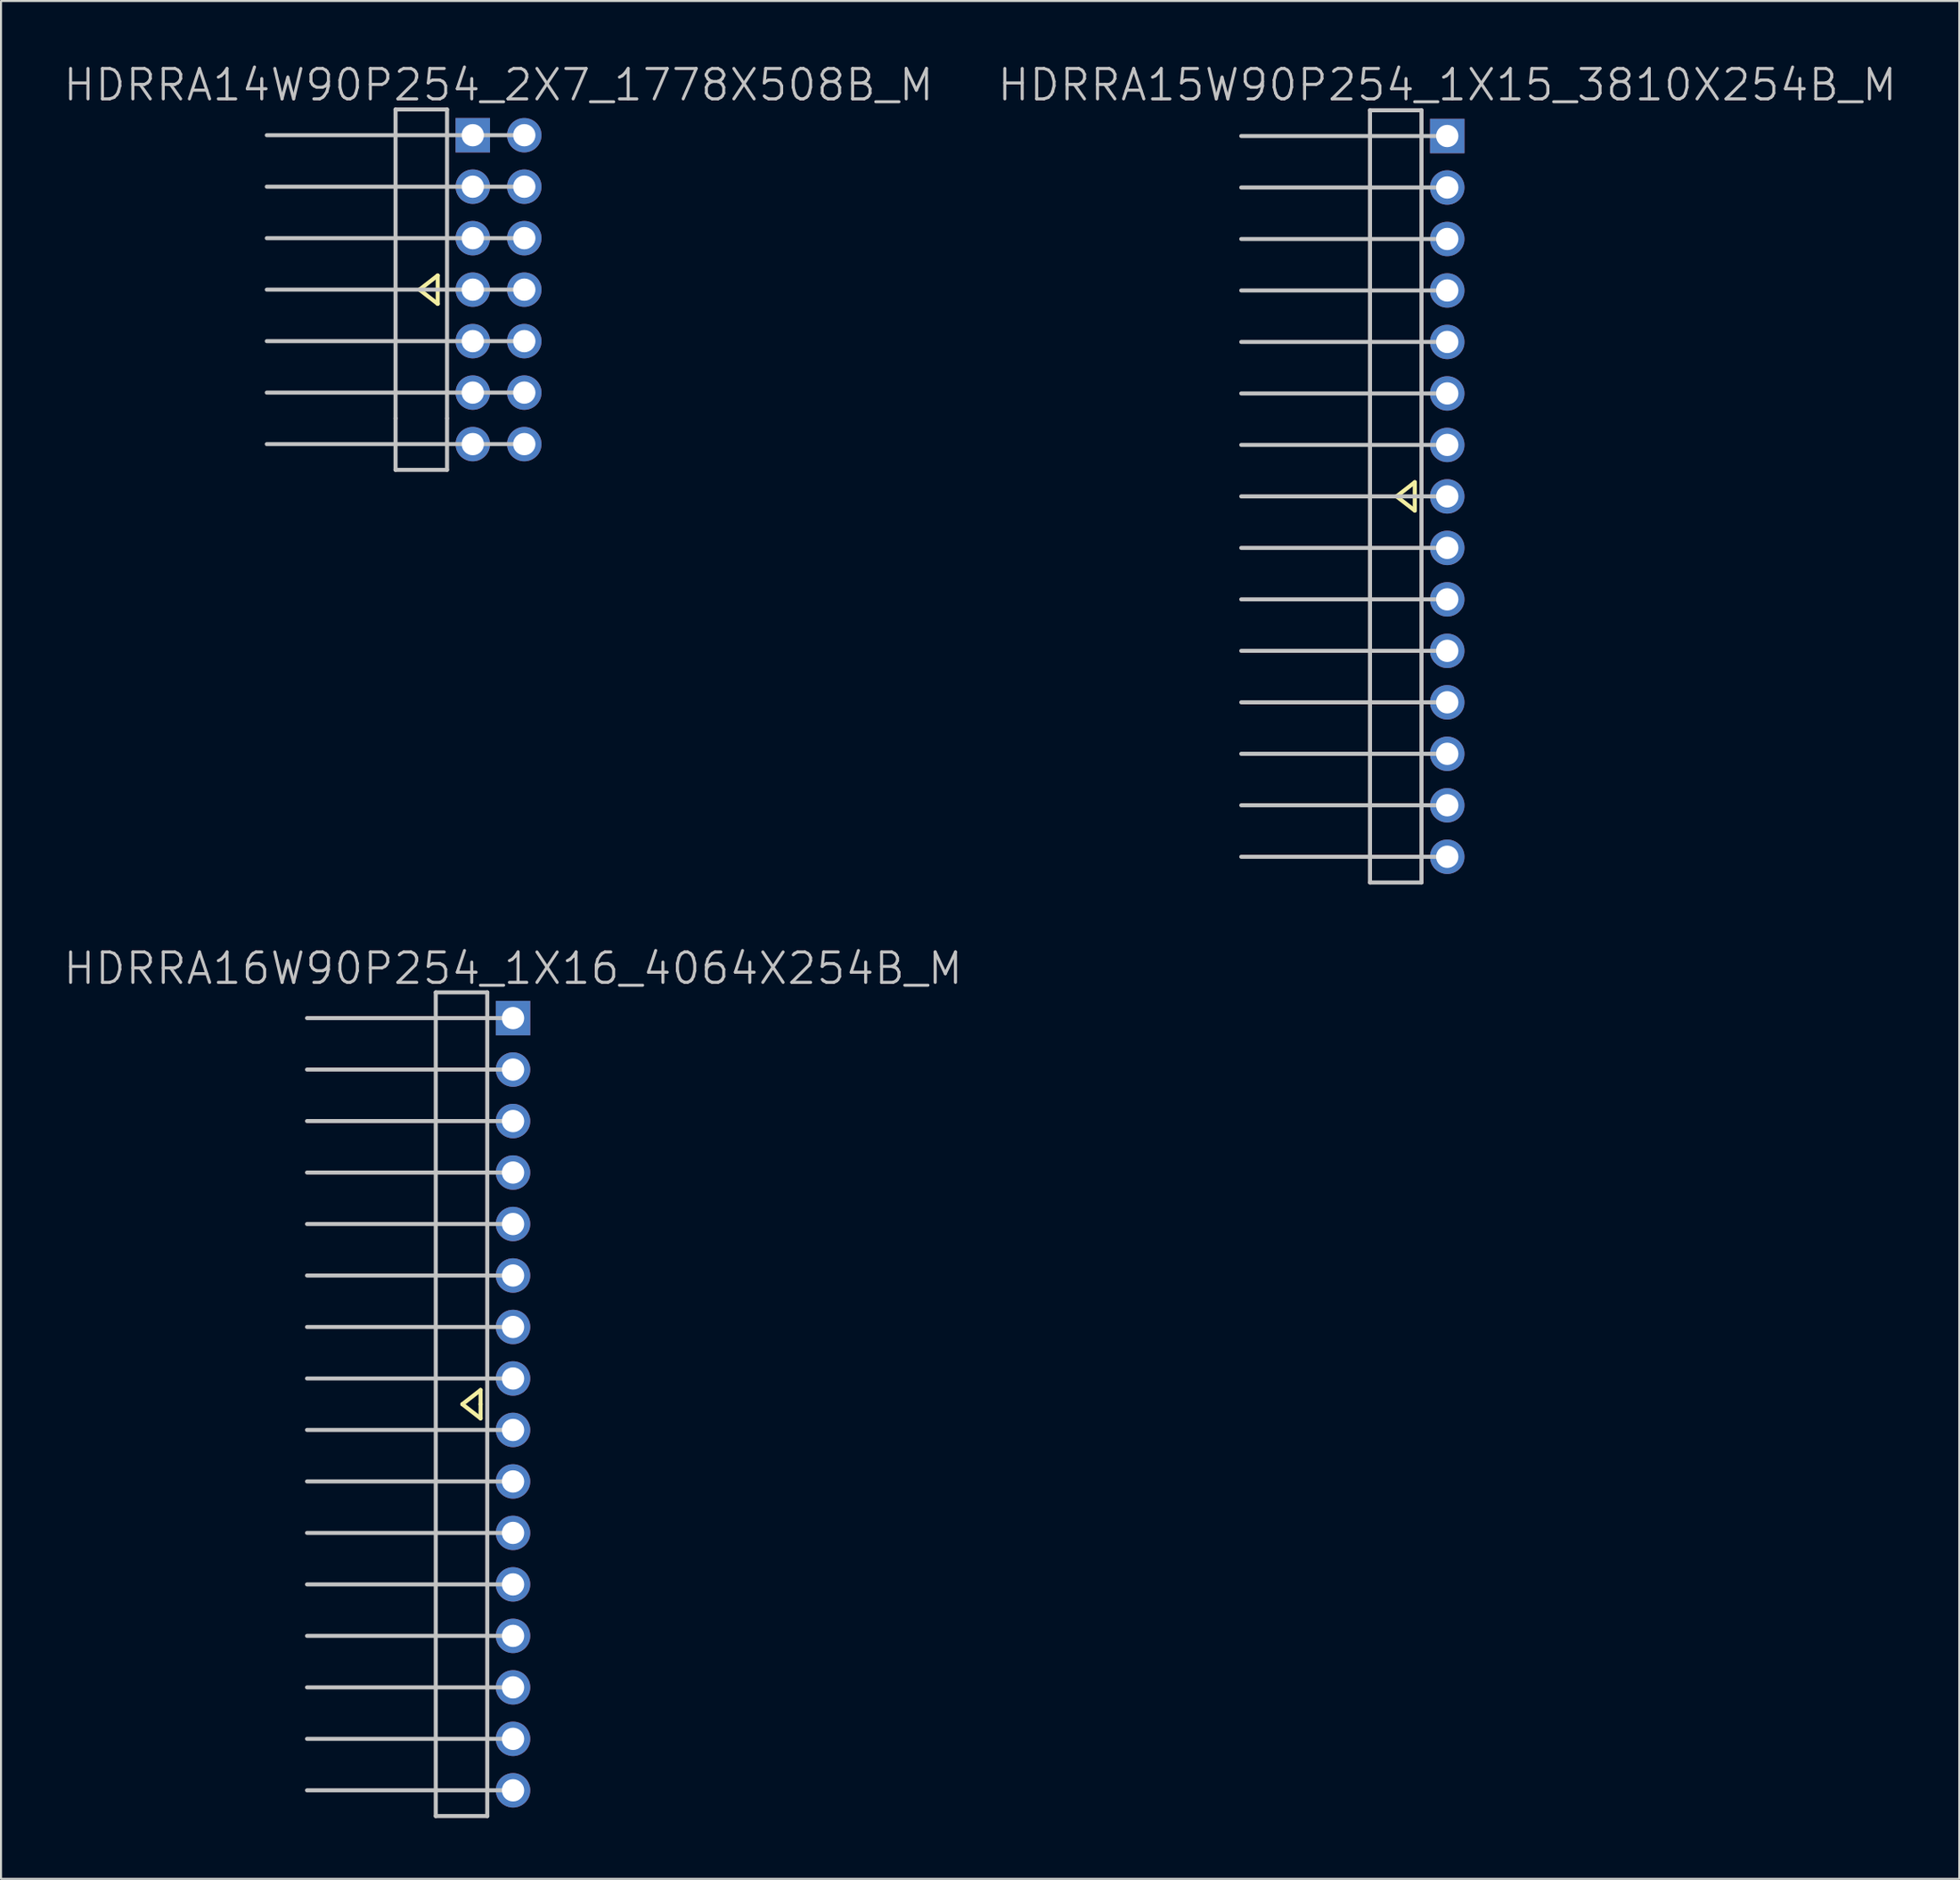
<source format=kicad_pcb>
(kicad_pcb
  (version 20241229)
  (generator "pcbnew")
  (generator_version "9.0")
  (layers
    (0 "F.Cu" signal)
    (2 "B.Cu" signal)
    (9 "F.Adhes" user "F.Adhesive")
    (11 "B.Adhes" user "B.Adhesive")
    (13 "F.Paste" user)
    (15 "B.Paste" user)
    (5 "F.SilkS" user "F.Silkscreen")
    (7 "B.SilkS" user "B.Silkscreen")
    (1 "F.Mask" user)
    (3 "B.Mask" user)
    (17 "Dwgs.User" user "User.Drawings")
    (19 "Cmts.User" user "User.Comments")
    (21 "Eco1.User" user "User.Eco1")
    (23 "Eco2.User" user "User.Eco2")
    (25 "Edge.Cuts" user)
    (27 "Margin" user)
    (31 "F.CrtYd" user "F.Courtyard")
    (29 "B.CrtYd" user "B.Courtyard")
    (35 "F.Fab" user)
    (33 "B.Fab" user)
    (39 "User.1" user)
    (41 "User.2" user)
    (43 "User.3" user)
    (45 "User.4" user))
  (footprint "HDRRA15W90P254_1X15_3810X254B_M"
    (layer "F.Cu")
    (at 68.332 21.441)
    (property "Reference" "HDRRA15W90P254_1X15_3810X254B_M" (at 0 -20.3 180) (layer "Dwgs.User") (effects (font (size 1.5 1.5) (thickness 0.15))))
    (attr through_hole)
    (fp_line (start -2.5 0) (end -1.6 0.7) (stroke (width 0.2) (type solid)) (layer "F.SilkS"))
    (fp_line (start -1.6 -0.7) (end -2.5 0) (stroke (width 0.2) (type solid)) (layer "F.SilkS"))
    (fp_line (start -1.6 0) (end -1.6 -0.7) (stroke (width 0.2) (type solid)) (layer "F.SilkS"))
    (fp_line (start -1.6 0.7) (end -1.6 0) (stroke (width 0.2) (type solid)) (layer "F.SilkS"))
    (fp_line (start -10.16 -12.7) (end 0 -12.7) (stroke (width 0.2) (type solid)) (layer "Dwgs.User"))
    (fp_line (start -10.16 12.7) (end 0 12.7) (stroke (width 0.2) (type solid)) (layer "Dwgs.User"))
    (fp_line (start -3.81 -19.05) (end -1.27 -19.05) (stroke (width 0.2) (type solid)) (layer "Dwgs.User"))
    (fp_line (start -3.81 19.05) (end -3.81 -19.05) (stroke (width 0.2) (type solid)) (layer "Dwgs.User"))
    (fp_line (start -1.27 -19.05) (end -1.27 19.05) (stroke (width 0.2) (type solid)) (layer "Dwgs.User"))
    (fp_line (start -1.27 19.05) (end -3.81 19.05) (stroke (width 0.2) (type solid)) (layer "Dwgs.User"))
    (fp_line (start 0 -17.78) (end -10.16 -17.78) (stroke (width 0.2) (type solid)) (layer "Dwgs.User"))
    (fp_line (start 0 -15.24) (end -10.16 -15.24) (stroke (width 0.2) (type solid)) (layer "Dwgs.User"))
    (fp_line (start 0 -10.16) (end -10.16 -10.16) (stroke (width 0.2) (type solid)) (layer "Dwgs.User"))
    (fp_line (start 0 -7.62) (end -10.16 -7.62) (stroke (width 0.2) (type solid)) (layer "Dwgs.User"))
    (fp_line (start 0 -5.08) (end -10.16 -5.08) (stroke (width 0.2) (type solid)) (layer "Dwgs.User"))
    (fp_line (start 0 -2.54) (end -10.16 -2.54) (stroke (width 0.2) (type solid)) (layer "Dwgs.User"))
    (fp_line (start 0 0) (end -10.16 0) (stroke (width 0.2) (type solid)) (layer "Dwgs.User"))
    (fp_line (start 0 2.54) (end -10.16 2.54) (stroke (width 0.2) (type solid)) (layer "Dwgs.User"))
    (fp_line (start 0 5.08) (end -10.16 5.08) (stroke (width 0.2) (type solid)) (layer "Dwgs.User"))
    (fp_line (start 0 7.62) (end -10.16 7.62) (stroke (width 0.2) (type solid)) (layer "Dwgs.User"))
    (fp_line (start 0 10.16) (end -10.16 10.16) (stroke (width 0.2) (type solid)) (layer "Dwgs.User"))
    (fp_line (start 0 15.24) (end -10.16 15.24) (stroke (width 0.2) (type solid)) (layer "Dwgs.User"))
    (fp_line (start 0 17.78) (end -10.16 17.78) (stroke (width 0.2) (type solid)) (layer "Dwgs.User"))
    (pad "1" thru_hole rect (at 0 -17.78) (size 1.7 1.7) (drill 1.1) (layers "*.Cu" "*.Mask"))
    (pad "2" thru_hole circle (at 0 -15.24 270) (size 1.7 1.7) (drill 1.1) (layers "*.Cu" "*.Mask"))
    (pad "3" thru_hole circle (at 0 -12.7 270) (size 1.7 1.7) (drill 1.1) (layers "*.Cu" "*.Mask"))
    (pad "4" thru_hole circle (at 0 -10.16 270) (size 1.7 1.7) (drill 1.1) (layers "*.Cu" "*.Mask"))
    (pad "5" thru_hole circle (at 0 -7.62 270) (size 1.7 1.7) (drill 1.1) (layers "*.Cu" "*.Mask"))
    (pad "6" thru_hole circle (at 0 -5.08 270) (size 1.7 1.7) (drill 1.1) (layers "*.Cu" "*.Mask"))
    (pad "7" thru_hole circle (at 0 -2.54 270) (size 1.7 1.7) (drill 1.1) (layers "*.Cu" "*.Mask"))
    (pad "8" thru_hole circle (at 0 0 270) (size 1.7 1.7) (drill 1.1) (layers "*.Cu" "*.Mask"))
    (pad "9" thru_hole circle (at 0 2.54 270) (size 1.7 1.7) (drill 1.1) (layers "*.Cu" "*.Mask"))
    (pad "10" thru_hole circle (at 0 5.08 270) (size 1.7 1.7) (drill 1.1) (layers "*.Cu" "*.Mask"))
    (pad "11" thru_hole circle (at 0 7.62 270) (size 1.7 1.7) (drill 1.1) (layers "*.Cu" "*.Mask"))
    (pad "12" thru_hole circle (at 0 10.16 270) (size 1.7 1.7) (drill 1.1) (layers "*.Cu" "*.Mask"))
    (pad "13" thru_hole circle (at 0 12.7 270) (size 1.7 1.7) (drill 1.1) (layers "*.Cu" "*.Mask"))
    (pad "14" thru_hole circle (at 0 15.24 270) (size 1.7 1.7) (drill 1.1) (layers "*.Cu" "*.Mask"))
    (pad "15" thru_hole circle (at 0 17.78 270) (size 1.7 1.7) (drill 1.1) (layers "*.Cu" "*.Mask")))
  (footprint "HDRRA14W90P254_2X7_1778X508B_M"
    (layer "F.Cu")
    (at 21.539 11.241)
    (property "Reference" "HDRRA14W90P254_2X7_1778X508B_M" (at 0 -10.1 180) (layer "Dwgs.User") (effects (font (size 1.5 1.5) (thickness 0.15))))
    (attr through_hole)
    (fp_line (start -3.9 0) (end -3 0.7) (stroke (width 0.2) (type solid)) (layer "F.SilkS"))
    (fp_line (start -3 -0.7) (end -3.9 0) (stroke (width 0.2) (type solid)) (layer "F.SilkS"))
    (fp_line (start -3 0) (end -3 -0.7) (stroke (width 0.2) (type solid)) (layer "F.SilkS"))
    (fp_line (start -3 0.7) (end -3 0) (stroke (width 0.2) (type solid)) (layer "F.SilkS"))
    (fp_line (start -11.43 -2.54) (end 1.27 -2.54) (stroke (width 0.2) (type solid)) (layer "Dwgs.User"))
    (fp_line (start -5.08 -8.89) (end -2.54 -8.89) (stroke (width 0.2) (type solid)) (layer "Dwgs.User"))
    (fp_line (start -5.08 6.35) (end -5.08 -8.89) (stroke (width 0.2) (type solid)) (layer "Dwgs.User"))
    (fp_line (start -5.08 8.89) (end -5.08 6.35) (stroke (width 0.2) (type solid)) (layer "Dwgs.User"))
    (fp_line (start -2.54 -8.89) (end -2.54 6.35) (stroke (width 0.2) (type solid)) (layer "Dwgs.User"))
    (fp_line (start -2.54 6.35) (end -2.54 8.89) (stroke (width 0.2) (type solid)) (layer "Dwgs.User"))
    (fp_line (start -2.54 8.89) (end -5.08 8.89) (stroke (width 0.2) (type solid)) (layer "Dwgs.User"))
    (fp_line (start 1.27 -7.62) (end -11.43 -7.62) (stroke (width 0.2) (type solid)) (layer "Dwgs.User"))
    (fp_line (start 1.27 -5.08) (end -11.43 -5.08) (stroke (width 0.2) (type solid)) (layer "Dwgs.User"))
    (fp_line (start 1.27 0) (end -11.43 0) (stroke (width 0.2) (type solid)) (layer "Dwgs.User"))
    (fp_line (start 1.27 2.54) (end -11.43 2.54) (stroke (width 0.2) (type solid)) (layer "Dwgs.User"))
    (fp_line (start 1.27 5.08) (end -11.43 5.08) (stroke (width 0.2) (type solid)) (layer "Dwgs.User"))
    (fp_line (start 1.27 7.62) (end -11.43 7.62) (stroke (width 0.2) (type solid)) (layer "Dwgs.User"))
    (pad "1" thru_hole rect (at -1.27 -7.62) (size 1.7 1.7) (drill 1.1) (layers "*.Cu" "*.Mask"))
    (pad "2" thru_hole circle (at 1.27 -7.62 270) (size 1.7 1.7) (drill 1.1) (layers "*.Cu" "*.Mask"))
    (pad "3" thru_hole circle (at -1.27 -5.08 270) (size 1.7 1.7) (drill 1.1) (layers "*.Cu" "*.Mask"))
    (pad "4" thru_hole circle (at 1.27 -5.08 270) (size 1.7 1.7) (drill 1.1) (layers "*.Cu" "*.Mask"))
    (pad "5" thru_hole circle (at -1.27 -2.54 270) (size 1.7 1.7) (drill 1.1) (layers "*.Cu" "*.Mask"))
    (pad "6" thru_hole circle (at 1.27 -2.54 270) (size 1.7 1.7) (drill 1.1) (layers "*.Cu" "*.Mask"))
    (pad "7" thru_hole circle (at -1.27 0 270) (size 1.7 1.7) (drill 1.1) (layers "*.Cu" "*.Mask"))
    (pad "8" thru_hole circle (at 1.27 0 270) (size 1.7 1.7) (drill 1.1) (layers "*.Cu" "*.Mask"))
    (pad "9" thru_hole circle (at -1.27 2.54 270) (size 1.7 1.7) (drill 1.1) (layers "*.Cu" "*.Mask"))
    (pad "10" thru_hole circle (at 1.27 2.54 270) (size 1.7 1.7) (drill 1.1) (layers "*.Cu" "*.Mask"))
    (pad "11" thru_hole circle (at -1.27 5.08 270) (size 1.7 1.7) (drill 1.1) (layers "*.Cu" "*.Mask"))
    (pad "12" thru_hole circle (at 1.27 5.08 270) (size 1.7 1.7) (drill 1.1) (layers "*.Cu" "*.Mask"))
    (pad "13" thru_hole circle (at -1.27 7.62 270) (size 1.7 1.7) (drill 1.1) (layers "*.Cu" "*.Mask"))
    (pad "14" thru_hole circle (at 1.27 7.62 270) (size 1.7 1.7) (drill 1.1) (layers "*.Cu" "*.Mask")))
  (footprint "HDRRA16W90P254_1X16_4064X254B_M"
    (layer "F.Cu")
    (at 22.254 66.231)
    (property "Reference" "HDRRA16W90P254_1X16_4064X254B_M" (at 0 -21.5 180) (layer "Dwgs.User") (effects (font (size 1.5 1.5) (thickness 0.15))))
    (attr through_hole)
    (fp_line (start -2.5 0) (end -1.6 0.7) (stroke (width 0.2) (type solid)) (layer "F.SilkS"))
    (fp_line (start -1.6 -0.7) (end -2.5 0) (stroke (width 0.2) (type solid)) (layer "F.SilkS"))
    (fp_line (start -1.6 0) (end -1.6 -0.7) (stroke (width 0.2) (type solid)) (layer "F.SilkS"))
    (fp_line (start -1.6 0.7) (end -1.6 0) (stroke (width 0.2) (type solid)) (layer "F.SilkS"))
    (fp_line (start -10.16 -13.97) (end 0 -13.97) (stroke (width 0.2) (type solid)) (layer "Dwgs.User"))
    (fp_line (start -10.16 11.43) (end 0 11.43) (stroke (width 0.2) (type solid)) (layer "Dwgs.User"))
    (fp_line (start -3.81 -20.32) (end -1.27 -20.32) (stroke (width 0.2) (type solid)) (layer "Dwgs.User"))
    (fp_line (start -3.81 20.32) (end -3.81 -20.32) (stroke (width 0.2) (type solid)) (layer "Dwgs.User"))
    (fp_line (start -1.27 -20.32) (end -1.27 20.32) (stroke (width 0.2) (type solid)) (layer "Dwgs.User"))
    (fp_line (start -1.27 20.32) (end -3.81 20.32) (stroke (width 0.2) (type solid)) (layer "Dwgs.User"))
    (fp_line (start 0 -19.05) (end -10.16 -19.05) (stroke (width 0.2) (type solid)) (layer "Dwgs.User"))
    (fp_line (start 0 -16.51) (end -10.16 -16.51) (stroke (width 0.2) (type solid)) (layer "Dwgs.User"))
    (fp_line (start 0 -11.43) (end -10.16 -11.43) (stroke (width 0.2) (type solid)) (layer "Dwgs.User"))
    (fp_line (start 0 -8.89) (end -10.16 -8.89) (stroke (width 0.2) (type solid)) (layer "Dwgs.User"))
    (fp_line (start 0 -6.35) (end -10.16 -6.35) (stroke (width 0.2) (type solid)) (layer "Dwgs.User"))
    (fp_line (start 0 -3.81) (end -10.16 -3.81) (stroke (width 0.2) (type solid)) (layer "Dwgs.User"))
    (fp_line (start 0 -1.27) (end -10.16 -1.27) (stroke (width 0.2) (type solid)) (layer "Dwgs.User"))
    (fp_line (start 0 1.27) (end -10.16 1.27) (stroke (width 0.2) (type solid)) (layer "Dwgs.User"))
    (fp_line (start 0 3.81) (end -10.16 3.81) (stroke (width 0.2) (type solid)) (layer "Dwgs.User"))
    (fp_line (start 0 6.35) (end -10.16 6.35) (stroke (width 0.2) (type solid)) (layer "Dwgs.User"))
    (fp_line (start 0 8.89) (end -10.16 8.89) (stroke (width 0.2) (type solid)) (layer "Dwgs.User"))
    (fp_line (start 0 13.97) (end -10.16 13.97) (stroke (width 0.2) (type solid)) (layer "Dwgs.User"))
    (fp_line (start 0 16.51) (end -10.16 16.51) (stroke (width 0.2) (type solid)) (layer "Dwgs.User"))
    (fp_line (start 0 19.05) (end -10.16 19.05) (stroke (width 0.2) (type solid)) (layer "Dwgs.User"))
    (pad "1" thru_hole rect (at 0 -19.05) (size 1.7 1.7) (drill 1.1) (layers "*.Cu" "*.Mask"))
    (pad "2" thru_hole circle (at 0 -16.51 270) (size 1.7 1.7) (drill 1.1) (layers "*.Cu" "*.Mask"))
    (pad "3" thru_hole circle (at 0 -13.97 270) (size 1.7 1.7) (drill 1.1) (layers "*.Cu" "*.Mask"))
    (pad "4" thru_hole circle (at 0 -11.43 270) (size 1.7 1.7) (drill 1.1) (layers "*.Cu" "*.Mask"))
    (pad "5" thru_hole circle (at 0 -8.89 270) (size 1.7 1.7) (drill 1.1) (layers "*.Cu" "*.Mask"))
    (pad "6" thru_hole circle (at 0 -6.35 270) (size 1.7 1.7) (drill 1.1) (layers "*.Cu" "*.Mask"))
    (pad "7" thru_hole circle (at 0 -3.81 270) (size 1.7 1.7) (drill 1.1) (layers "*.Cu" "*.Mask"))
    (pad "8" thru_hole circle (at 0 -1.27 270) (size 1.7 1.7) (drill 1.1) (layers "*.Cu" "*.Mask"))
    (pad "9" thru_hole circle (at 0 1.27 270) (size 1.7 1.7) (drill 1.1) (layers "*.Cu" "*.Mask"))
    (pad "10" thru_hole circle (at 0 3.81 270) (size 1.7 1.7) (drill 1.1) (layers "*.Cu" "*.Mask"))
    (pad "11" thru_hole circle (at 0 6.35 270) (size 1.7 1.7) (drill 1.1) (layers "*.Cu" "*.Mask"))
    (pad "12" thru_hole circle (at 0 8.89 270) (size 1.7 1.7) (drill 1.1) (layers "*.Cu" "*.Mask"))
    (pad "13" thru_hole circle (at 0 11.43 270) (size 1.7 1.7) (drill 1.1) (layers "*.Cu" "*.Mask"))
    (pad "14" thru_hole circle (at 0 13.97 270) (size 1.7 1.7) (drill 1.1) (layers "*.Cu" "*.Mask"))
    (pad "15" thru_hole circle (at 0 16.51 270) (size 1.7 1.7) (drill 1.1) (layers "*.Cu" "*.Mask"))
    (pad "16" thru_hole circle (at 0 19.05 270) (size 1.7 1.7) (drill 1.1) (layers "*.Cu" "*.Mask")))
  (gr_rect
    (start -3 -3)
    (end 93.586 89.651)
    (stroke (width 0.1) (type default))
    (fill no)
    (layer "Edge.Cuts")))
</source>
